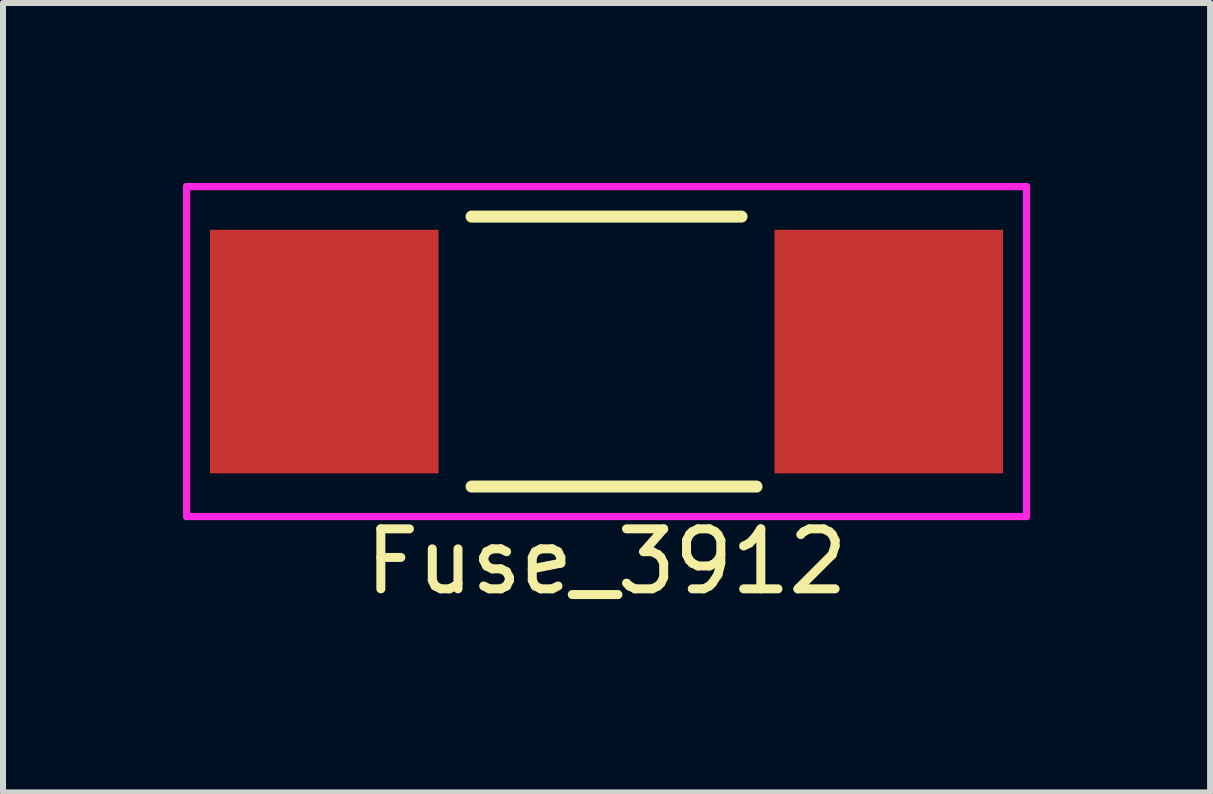
<source format=kicad_pcb>
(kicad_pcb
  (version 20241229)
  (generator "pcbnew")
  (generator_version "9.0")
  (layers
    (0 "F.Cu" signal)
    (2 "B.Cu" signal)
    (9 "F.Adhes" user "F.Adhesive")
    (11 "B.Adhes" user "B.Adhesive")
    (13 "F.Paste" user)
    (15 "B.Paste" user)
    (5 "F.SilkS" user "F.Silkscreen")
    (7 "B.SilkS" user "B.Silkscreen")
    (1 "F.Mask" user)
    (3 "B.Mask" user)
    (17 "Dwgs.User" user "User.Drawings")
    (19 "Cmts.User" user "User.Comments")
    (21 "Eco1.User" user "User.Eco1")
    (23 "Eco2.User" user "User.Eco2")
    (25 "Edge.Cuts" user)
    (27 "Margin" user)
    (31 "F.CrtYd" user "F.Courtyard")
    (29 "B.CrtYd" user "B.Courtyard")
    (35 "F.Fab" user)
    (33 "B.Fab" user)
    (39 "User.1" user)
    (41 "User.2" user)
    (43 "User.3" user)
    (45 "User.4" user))
  (footprint "Fuse_3912"
    (layer "F.Cu")
    (at 7.06 2.81)
    (property "Reference" "Fuse_3912" (at 0 3.5 0) (layer "F.SilkS") (effects (font (size 1 1) (thickness 0.15))))
    (attr through_hole)
    (fp_line (start -2.25 -2.25) (end 2.25 -2.25) (stroke (width 0.2) (type solid)) (layer "F.SilkS"))
    (fp_line (start -2.25 2.25) (end 2.5 2.25) (stroke (width 0.2) (type solid)) (layer "F.SilkS"))
    (fp_line (start -7 -2.75) (end 7 -2.75) (stroke (width 0.12) (type solid)) (layer "F.CrtYd"))
    (fp_line (start -7 2.75) (end -7 -2.75) (stroke (width 0.12) (type solid)) (layer "F.CrtYd"))
    (fp_line (start 7 -2.75) (end 7 2.75) (stroke (width 0.12) (type solid)) (layer "F.CrtYd"))
    (fp_line (start 7 2.75) (end -7 2.75) (stroke (width 0.12) (type solid)) (layer "F.CrtYd"))
    (pad "1" smd rect (at -4.705 0) (size 3.81 4.06) (layers "F.Cu" "F.Mask" "F.Paste"))
    (pad "2" smd rect (at 4.705 0) (size 3.81 4.06) (layers "F.Cu" "F.Mask" "F.Paste")))
  (gr_rect
    (start -3 -3)
    (end 17.12 10.158)
    (stroke (width 0.1) (type default))
    (fill no)
    (layer "Edge.Cuts")))
</source>
